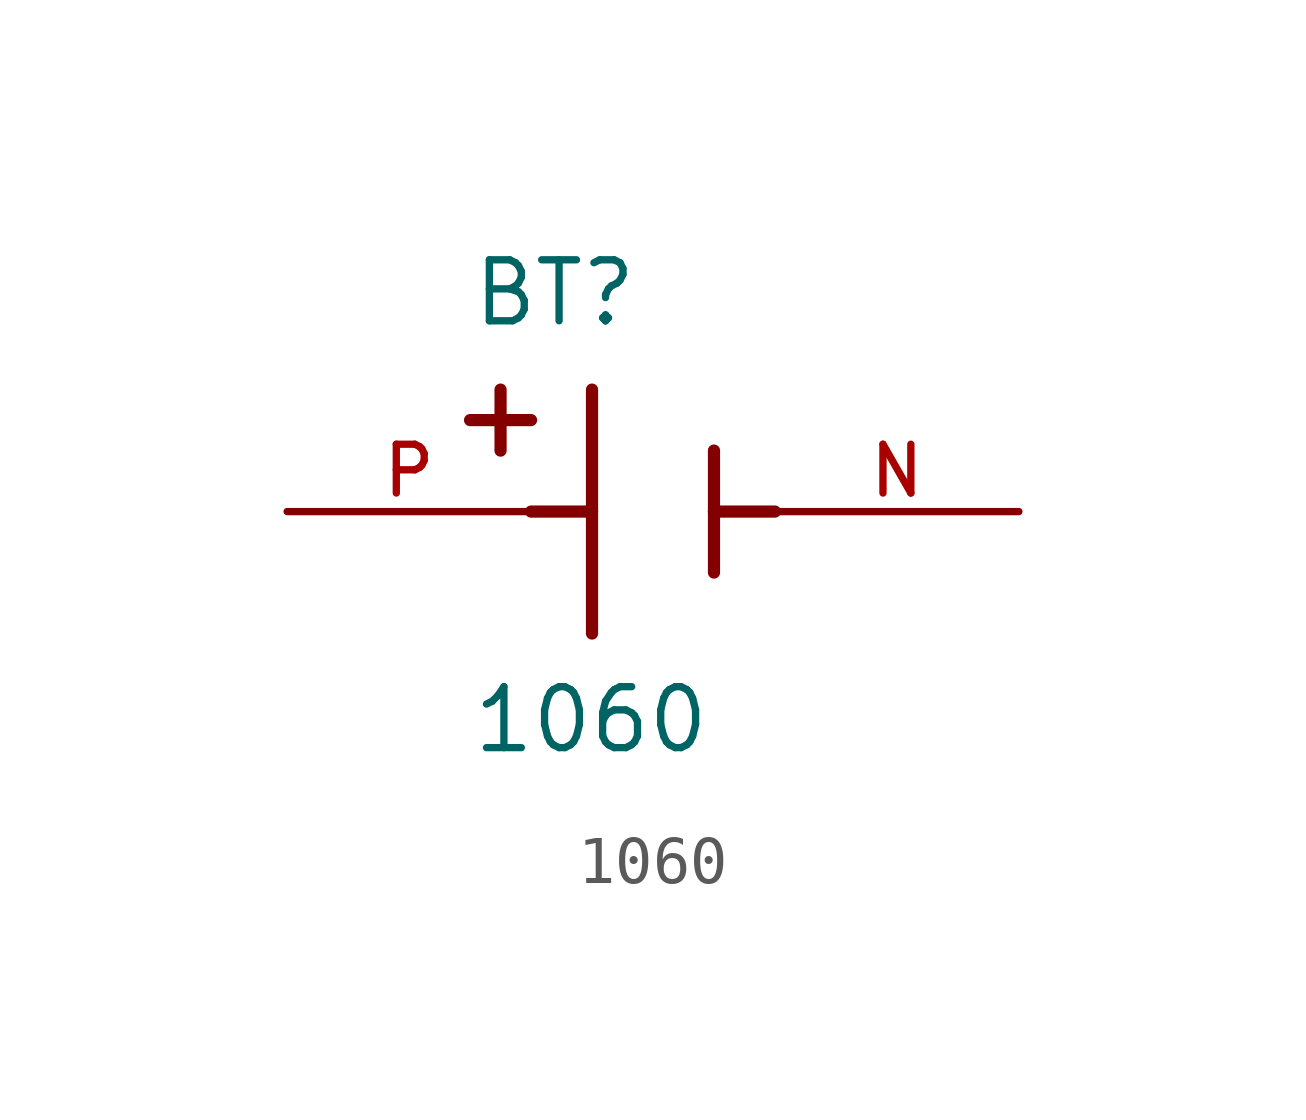
<source format=kicad_sym>
(kicad_symbol_lib
  (version 20241209)
  (generator "kicad_symbol_editor")
  (generator_version "9.0")
  (symbol "1060"
    (pin_names
      (offset 1.016))
    (property "Reference" "BT"
      (at -3.81 3.81 0)
      (effects (font (size 1.27 1.27)) (justify left bottom)))
    (property "Value" "1060"
      (at -3.81 -5.08 0)
      (effects (font (size 1.27 1.27)) (justify left bottom)))
    (symbol "1060_0_0"
      (polyline (pts (xy -3.81 1.905) (xy -2.54 1.905)) (stroke (width 0.254) (type default)) (fill (type none)))
      (polyline (pts (xy -3.175 2.54) (xy -3.175 1.27)) (stroke (width 0.254) (type default)) (fill (type none)))
      (polyline (pts (xy -1.27 2.54) (xy -1.27 0)) (stroke (width 0.254) (type default)) (fill (type none)))
      (polyline (pts (xy -1.27 0) (xy -2.54 0)) (stroke (width 0.254) (type default)) (fill (type none)))
      (polyline (pts (xy -1.27 0) (xy -1.27 -2.54)) (stroke (width 0.254) (type default)) (fill (type none)))
      (polyline (pts (xy 1.27 1.27) (xy 1.27 0)) (stroke (width 0.254) (type default)) (fill (type none)))
      (polyline (pts (xy 1.27 0) (xy 1.27 -1.27)) (stroke (width 0.254) (type default)) (fill (type none)))
      (polyline (pts (xy 1.27 0) (xy 2.54 0)) (stroke (width 0.254) (type default)) (fill (type none)))
      (pin passive line (at -7.62 0 0) (length 5.08) (name "~" (effects (font (size 1.016 1.016)))) (number "P" (effects (font (size 1.016 1.016)))))
      (pin passive line (at 7.62 0 180) (length 5.08) (name "~" (effects (font (size 1.016 1.016)))) (number "N" (effects (font (size 1.016 1.016))))))))
</source>
